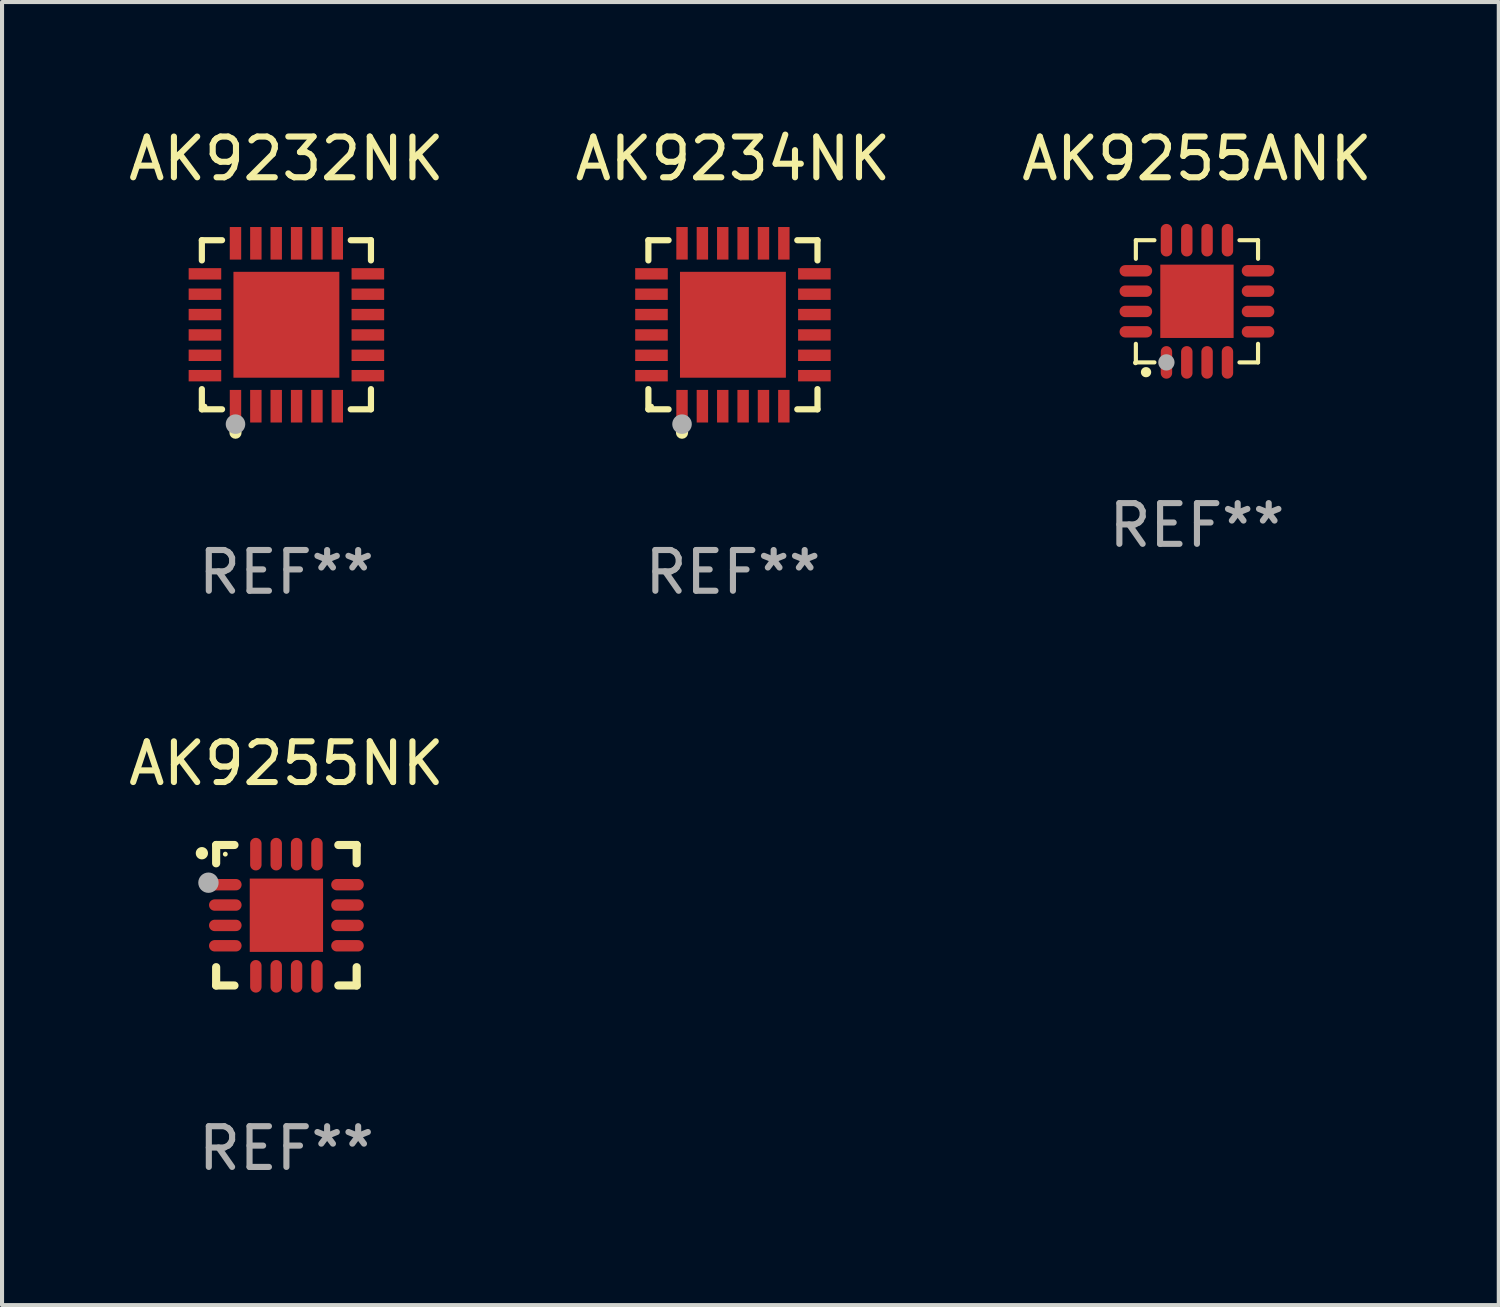
<source format=kicad_pcb>
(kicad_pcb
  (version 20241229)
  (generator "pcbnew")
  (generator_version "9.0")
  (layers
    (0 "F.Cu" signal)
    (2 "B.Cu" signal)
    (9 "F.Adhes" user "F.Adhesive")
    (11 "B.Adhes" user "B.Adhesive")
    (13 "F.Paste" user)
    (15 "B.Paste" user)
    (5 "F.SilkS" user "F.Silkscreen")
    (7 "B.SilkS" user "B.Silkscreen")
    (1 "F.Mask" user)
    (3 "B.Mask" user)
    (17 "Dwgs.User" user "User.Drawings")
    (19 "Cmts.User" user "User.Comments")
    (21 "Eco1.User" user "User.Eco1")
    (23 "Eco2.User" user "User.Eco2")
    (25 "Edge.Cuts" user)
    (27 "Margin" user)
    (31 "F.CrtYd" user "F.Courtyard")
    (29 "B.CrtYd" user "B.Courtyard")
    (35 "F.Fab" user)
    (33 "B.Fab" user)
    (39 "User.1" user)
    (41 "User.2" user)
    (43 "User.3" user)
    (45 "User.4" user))
  (footprint "AK9255NK"
    (layer "F.Cu")
    (at 3.982 19.422)
    (property "Reference" "AK9255NK" (at 0 -3.725 0) (layer "F.SilkS") (effects (font (size 1 1) (thickness 0.15))))
    (attr through_hole)
    (fp_line (start -1.725 -1.725) (end -1.275 -1.725) (stroke (width 0.2) (type solid)) (layer "F.SilkS"))
    (fp_line (start -1.725 -1.275) (end -1.725 -1.725) (stroke (width 0.2) (type solid)) (layer "F.SilkS"))
    (fp_line (start -1.725 1.725) (end -1.725 1.275) (stroke (width 0.2) (type solid)) (layer "F.SilkS"))
    (fp_line (start -1.275 1.725) (end -1.725 1.725) (stroke (width 0.2) (type solid)) (layer "F.SilkS"))
    (fp_line (start 1.275 -1.725) (end 1.725 -1.725) (stroke (width 0.2) (type solid)) (layer "F.SilkS"))
    (fp_line (start 1.275 1.725) (end 1.725 1.725) (stroke (width 0.2) (type solid)) (layer "F.SilkS"))
    (fp_line (start 1.725 -1.725) (end 1.725 -1.275) (stroke (width 0.2) (type solid)) (layer "F.SilkS"))
    (fp_line (start 1.725 1.725) (end 1.725 1.275) (stroke (width 0.2) (type solid)) (layer "F.SilkS"))
    (fp_arc (start -2.075184 -1.521463) (mid -2.075189 -1.522733) (end -2.075184 -1.524003) (stroke (width 0.3) (type solid)) (layer "F.SilkS"))
    (fp_circle (center -1.5 -1.5) (end -1.47 -1.5) (stroke (width 0.06) (type solid)) (fill no) (layer "F.SilkS"))
    (fp_circle (center -1.914 -0.799) (end -1.789 -0.799) (stroke (width 0.25) (type solid)) (fill no) (layer "F.Fab"))
    (fp_text user "REF**" (at 0 5.725 0) (layer "F.Fab") (effects (font (size 1 1) (thickness 0.15))))
    (pad "1" smd oval (at -1.5 -0.75) (size 0.8 0.28) (layers "F.Cu" "F.Mask" "F.Paste"))
    (pad "2" smd oval (at -1.5 -0.25) (size 0.8 0.28) (layers "F.Cu" "F.Mask" "F.Paste"))
    (pad "3" smd oval (at -1.5 0.25) (size 0.8 0.28) (layers "F.Cu" "F.Mask" "F.Paste"))
    (pad "4" smd oval (at -1.5 0.75) (size 0.8 0.28) (layers "F.Cu" "F.Mask" "F.Paste"))
    (pad "5" smd oval (at -0.75 1.5) (size 0.28 0.8) (layers "F.Cu" "F.Mask" "F.Paste"))
    (pad "6" smd oval (at -0.25 1.5) (size 0.28 0.8) (layers "F.Cu" "F.Mask" "F.Paste"))
    (pad "7" smd oval (at 0.25 1.5) (size 0.28 0.8) (layers "F.Cu" "F.Mask" "F.Paste"))
    (pad "8" smd oval (at 0.75 1.5) (size 0.28 0.8) (layers "F.Cu" "F.Mask" "F.Paste"))
    (pad "9" smd oval (at 1.5 0.75) (size 0.8 0.28) (layers "F.Cu" "F.Mask" "F.Paste"))
    (pad "10" smd oval (at 1.5 0.25) (size 0.8 0.28) (layers "F.Cu" "F.Mask" "F.Paste"))
    (pad "11" smd oval (at 1.5 -0.25) (size 0.8 0.28) (layers "F.Cu" "F.Mask" "F.Paste"))
    (pad "12" smd oval (at 1.5 -0.75) (size 0.8 0.28) (layers "F.Cu" "F.Mask" "F.Paste"))
    (pad "13" smd oval (at 0.75 -1.5) (size 0.28 0.8) (layers "F.Cu" "F.Mask" "F.Paste"))
    (pad "14" smd oval (at 0.25 -1.5) (size 0.28 0.8) (layers "F.Cu" "F.Mask" "F.Paste"))
    (pad "15" smd oval (at -0.25 -1.5) (size 0.28 0.8) (layers "F.Cu" "F.Mask" "F.Paste"))
    (pad "16" smd oval (at -0.75 -1.5) (size 0.28 0.8) (layers "F.Cu" "F.Mask" "F.Paste"))
    (pad "17" smd rect (at 0.000076 0.000076) (size 1.8 1.8) (layers "F.Cu" "F.Mask" "F.Paste")))
  (footprint "AK9234NK"
    (layer "F.Cu")
    (at 14.946 4.924)
    (property "Reference" "AK9234NK" (at 0 -4.076 0) (layer "F.SilkS") (effects (font (size 1 1) (thickness 0.15))))
    (attr through_hole)
    (fp_line (start -2.076 -2.076) (end -1.58 -2.076) (stroke (width 0.152) (type solid)) (layer "F.SilkS"))
    (fp_line (start -2.076 -1.58) (end -2.076 -2.076) (stroke (width 0.152) (type solid)) (layer "F.SilkS"))
    (fp_line (start -2.076 1.58) (end -2.076 2.076) (stroke (width 0.152) (type solid)) (layer "F.SilkS"))
    (fp_line (start -2.076 2.076) (end -1.58 2.076) (stroke (width 0.152) (type solid)) (layer "F.SilkS"))
    (fp_line (start 2.076 -2.076) (end 1.58 -2.076) (stroke (width 0.152) (type solid)) (layer "F.SilkS"))
    (fp_line (start 2.076 -1.58) (end 2.076 -2.076) (stroke (width 0.152) (type solid)) (layer "F.SilkS"))
    (fp_line (start 2.076 1.58) (end 2.076 2.076) (stroke (width 0.152) (type solid)) (layer "F.SilkS"))
    (fp_line (start 2.076 2.076) (end 1.58 2.076) (stroke (width 0.152) (type solid)) (layer "F.SilkS"))
    (fp_circle (center -2 2) (end -1.97 2) (stroke (width 0.06) (type solid)) (fill no) (layer "F.SilkS"))
    (fp_circle (center -1.25 2.65) (end -1.175 2.65) (stroke (width 0.15) (type solid)) (fill no) (layer "F.SilkS"))
    (fp_circle (center -1.25 2.44) (end -1.13 2.44) (stroke (width 0.24) (type solid)) (fill no) (layer "F.Fab"))
    (fp_text user "REF**" (at 0 6.076 0) (layer "F.Fab") (effects (font (size 1 1) (thickness 0.15))))
    (pad "1" smd rect (at -1.25 2) (size 0.28 0.8) (layers "F.Cu" "F.Mask" "F.Paste"))
    (pad "2" smd rect (at -0.75 2) (size 0.28 0.8) (layers "F.Cu" "F.Mask" "F.Paste"))
    (pad "3" smd rect (at -0.25 2) (size 0.28 0.8) (layers "F.Cu" "F.Mask" "F.Paste"))
    (pad "4" smd rect (at 0.25 2) (size 0.28 0.8) (layers "F.Cu" "F.Mask" "F.Paste"))
    (pad "5" smd rect (at 0.75 2) (size 0.28 0.8) (layers "F.Cu" "F.Mask" "F.Paste"))
    (pad "6" smd rect (at 1.25 2) (size 0.28 0.8) (layers "F.Cu" "F.Mask" "F.Paste"))
    (pad "7" smd rect (at 2 1.25) (size 0.8 0.28) (layers "F.Cu" "F.Mask" "F.Paste"))
    (pad "8" smd rect (at 2 0.75) (size 0.8 0.28) (layers "F.Cu" "F.Mask" "F.Paste"))
    (pad "9" smd rect (at 2 0.25) (size 0.8 0.28) (layers "F.Cu" "F.Mask" "F.Paste"))
    (pad "10" smd rect (at 2 -0.25) (size 0.8 0.28) (layers "F.Cu" "F.Mask" "F.Paste"))
    (pad "11" smd rect (at 2 -0.75) (size 0.8 0.28) (layers "F.Cu" "F.Mask" "F.Paste"))
    (pad "12" smd rect (at 2 -1.25) (size 0.8 0.28) (layers "F.Cu" "F.Mask" "F.Paste"))
    (pad "13" smd rect (at 1.25 -2) (size 0.28 0.8) (layers "F.Cu" "F.Mask" "F.Paste"))
    (pad "14" smd rect (at 0.75 -2) (size 0.28 0.8) (layers "F.Cu" "F.Mask" "F.Paste"))
    (pad "15" smd rect (at 0.25 -2) (size 0.28 0.8) (layers "F.Cu" "F.Mask" "F.Paste"))
    (pad "16" smd rect (at -0.25 -2) (size 0.28 0.8) (layers "F.Cu" "F.Mask" "F.Paste"))
    (pad "17" smd rect (at -0.75 -2) (size 0.28 0.8) (layers "F.Cu" "F.Mask" "F.Paste"))
    (pad "18" smd rect (at -1.25 -2) (size 0.28 0.8) (layers "F.Cu" "F.Mask" "F.Paste"))
    (pad "19" smd rect (at -2 -1.25) (size 0.8 0.28) (layers "F.Cu" "F.Mask" "F.Paste"))
    (pad "20" smd rect (at -2 -0.75) (size 0.8 0.28) (layers "F.Cu" "F.Mask" "F.Paste"))
    (pad "21" smd rect (at -2 -0.25) (size 0.8 0.28) (layers "F.Cu" "F.Mask" "F.Paste"))
    (pad "22" smd rect (at -2 0.25) (size 0.8 0.28) (layers "F.Cu" "F.Mask" "F.Paste"))
    (pad "23" smd rect (at -2 0.75) (size 0.8 0.28) (layers "F.Cu" "F.Mask" "F.Paste"))
    (pad "24" smd rect (at -2 1.25) (size 0.8 0.28) (layers "F.Cu" "F.Mask" "F.Paste"))
    (pad "25" smd rect (at 0 0) (size 2.6 2.6) (layers "F.Cu" "F.Mask" "F.Paste")))
  (footprint "AK9255ANK"
    (layer "F.Cu")
    (at 26.339 4.348)
    (property "Reference" "AK9255ANK" (at 0 -3.5 0) (layer "F.SilkS") (effects (font (size 1 1) (thickness 0.15))))
    (attr through_hole)
    (fp_line (start -1.5 -1.5) (end -1.5 -1.044) (stroke (width 0.102) (type solid)) (layer "F.SilkS"))
    (fp_line (start -1.5 -1.5) (end -1.044 -1.5) (stroke (width 0.102) (type solid)) (layer "F.SilkS"))
    (fp_line (start -1.5 1.044) (end -1.5 1.5) (stroke (width 0.102) (type solid)) (layer "F.SilkS"))
    (fp_line (start -1.5 1.5) (end -1.044 1.5) (stroke (width 0.102) (type solid)) (layer "F.SilkS"))
    (fp_line (start 1.044 -1.5) (end 1.5 -1.5) (stroke (width 0.102) (type solid)) (layer "F.SilkS"))
    (fp_line (start 1.044 1.5) (end 1.5 1.5) (stroke (width 0.102) (type solid)) (layer "F.SilkS"))
    (fp_line (start 1.5 -1.044) (end 1.5 -1.5) (stroke (width 0.102) (type solid)) (layer "F.SilkS"))
    (fp_line (start 1.5 1.5) (end 1.5 1.044) (stroke (width 0.102) (type solid)) (layer "F.SilkS"))
    (fp_arc (start -1.251283 1.740005) (mid -1.250013 1.739934) (end -1.248743 1.740005) (stroke (width 0.25) (type solid)) (layer "F.SilkS"))
    (fp_circle (center -1.509 1.51) (end -1.479 1.51) (stroke (width 0.06) (type solid)) (fill no) (layer "F.SilkS"))
    (fp_circle (center -0.75 1.5) (end -0.65 1.5) (stroke (width 0.2) (type solid)) (fill no) (layer "F.Fab"))
    (fp_text user "REF**" (at 0 5.5 0) (layer "F.Fab") (effects (font (size 1 1) (thickness 0.15))))
    (pad "1" smd oval (at -0.749 1.5) (size 0.28 0.8) (layers "F.Cu" "F.Mask" "F.Paste"))
    (pad "2" smd oval (at -0.249 1.5) (size 0.28 0.8) (layers "F.Cu" "F.Mask" "F.Paste"))
    (pad "3" smd oval (at 0.249 1.5) (size 0.28 0.8) (layers "F.Cu" "F.Mask" "F.Paste"))
    (pad "4" smd oval (at 0.749 1.5) (size 0.28 0.8) (layers "F.Cu" "F.Mask" "F.Paste"))
    (pad "5" smd oval (at 1.5 0.749) (size 0.8 0.28) (layers "F.Cu" "F.Mask" "F.Paste"))
    (pad "6" smd oval (at 1.5 0.249) (size 0.8 0.28) (layers "F.Cu" "F.Mask" "F.Paste"))
    (pad "7" smd oval (at 1.5 -0.249) (size 0.8 0.28) (layers "F.Cu" "F.Mask" "F.Paste"))
    (pad "8" smd oval (at 1.5 -0.749) (size 0.8 0.28) (layers "F.Cu" "F.Mask" "F.Paste"))
    (pad "9" smd oval (at 0.749 -1.5) (size 0.28 0.8) (layers "F.Cu" "F.Mask" "F.Paste"))
    (pad "10" smd oval (at 0.249 -1.5) (size 0.28 0.8) (layers "F.Cu" "F.Mask" "F.Paste"))
    (pad "11" smd oval (at -0.249 -1.5) (size 0.28 0.8) (layers "F.Cu" "F.Mask" "F.Paste"))
    (pad "12" smd oval (at -0.749 -1.5) (size 0.28 0.8) (layers "F.Cu" "F.Mask" "F.Paste"))
    (pad "13" smd oval (at -1.5 -0.749) (size 0.8 0.28) (layers "F.Cu" "F.Mask" "F.Paste"))
    (pad "14" smd oval (at -1.5 -0.249) (size 0.8 0.28) (layers "F.Cu" "F.Mask" "F.Paste"))
    (pad "15" smd oval (at -1.5 0.249) (size 0.8 0.28) (layers "F.Cu" "F.Mask" "F.Paste"))
    (pad "16" smd oval (at -1.5 0.749) (size 0.8 0.28) (layers "F.Cu" "F.Mask" "F.Paste"))
    (pad "17" smd rect (at 0.000152 -0.000076 90) (size 1.8 1.8) (layers "F.Cu" "F.Mask" "F.Paste")))
  (footprint "AK9232NK"
    (layer "F.Cu")
    (at 3.982 4.924)
    (property "Reference" "AK9232NK" (at 0 -4.076 0) (layer "F.SilkS") (effects (font (size 1 1) (thickness 0.15))))
    (attr through_hole)
    (fp_line (start -2.076 -2.076) (end -1.58 -2.076) (stroke (width 0.152) (type solid)) (layer "F.SilkS"))
    (fp_line (start -2.076 -1.58) (end -2.076 -2.076) (stroke (width 0.152) (type solid)) (layer "F.SilkS"))
    (fp_line (start -2.076 1.58) (end -2.076 2.076) (stroke (width 0.152) (type solid)) (layer "F.SilkS"))
    (fp_line (start -2.076 2.076) (end -1.58 2.076) (stroke (width 0.152) (type solid)) (layer "F.SilkS"))
    (fp_line (start 2.076 -2.076) (end 1.58 -2.076) (stroke (width 0.152) (type solid)) (layer "F.SilkS"))
    (fp_line (start 2.076 -1.58) (end 2.076 -2.076) (stroke (width 0.152) (type solid)) (layer "F.SilkS"))
    (fp_line (start 2.076 1.58) (end 2.076 2.076) (stroke (width 0.152) (type solid)) (layer "F.SilkS"))
    (fp_line (start 2.076 2.076) (end 1.58 2.076) (stroke (width 0.152) (type solid)) (layer "F.SilkS"))
    (fp_circle (center -2 2) (end -1.97 2) (stroke (width 0.06) (type solid)) (fill no) (layer "F.SilkS"))
    (fp_circle (center -1.25 2.65) (end -1.175 2.65) (stroke (width 0.15) (type solid)) (fill no) (layer "F.SilkS"))
    (fp_circle (center -1.25 2.44) (end -1.13 2.44) (stroke (width 0.24) (type solid)) (fill no) (layer "F.Fab"))
    (fp_text user "REF**" (at 0 6.076 0) (layer "F.Fab") (effects (font (size 1 1) (thickness 0.15))))
    (pad "1" smd rect (at -1.25 2) (size 0.28 0.8) (layers "F.Cu" "F.Mask" "F.Paste"))
    (pad "2" smd rect (at -0.75 2) (size 0.28 0.8) (layers "F.Cu" "F.Mask" "F.Paste"))
    (pad "3" smd rect (at -0.25 2) (size 0.28 0.8) (layers "F.Cu" "F.Mask" "F.Paste"))
    (pad "4" smd rect (at 0.25 2) (size 0.28 0.8) (layers "F.Cu" "F.Mask" "F.Paste"))
    (pad "5" smd rect (at 0.75 2) (size 0.28 0.8) (layers "F.Cu" "F.Mask" "F.Paste"))
    (pad "6" smd rect (at 1.25 2) (size 0.28 0.8) (layers "F.Cu" "F.Mask" "F.Paste"))
    (pad "7" smd rect (at 2 1.25) (size 0.8 0.28) (layers "F.Cu" "F.Mask" "F.Paste"))
    (pad "8" smd rect (at 2 0.75) (size 0.8 0.28) (layers "F.Cu" "F.Mask" "F.Paste"))
    (pad "9" smd rect (at 2 0.25) (size 0.8 0.28) (layers "F.Cu" "F.Mask" "F.Paste"))
    (pad "10" smd rect (at 2 -0.25) (size 0.8 0.28) (layers "F.Cu" "F.Mask" "F.Paste"))
    (pad "11" smd rect (at 2 -0.75) (size 0.8 0.28) (layers "F.Cu" "F.Mask" "F.Paste"))
    (pad "12" smd rect (at 2 -1.25) (size 0.8 0.28) (layers "F.Cu" "F.Mask" "F.Paste"))
    (pad "13" smd rect (at 1.25 -2) (size 0.28 0.8) (layers "F.Cu" "F.Mask" "F.Paste"))
    (pad "14" smd rect (at 0.75 -2) (size 0.28 0.8) (layers "F.Cu" "F.Mask" "F.Paste"))
    (pad "15" smd rect (at 0.25 -2) (size 0.28 0.8) (layers "F.Cu" "F.Mask" "F.Paste"))
    (pad "16" smd rect (at -0.25 -2) (size 0.28 0.8) (layers "F.Cu" "F.Mask" "F.Paste"))
    (pad "17" smd rect (at -0.75 -2) (size 0.28 0.8) (layers "F.Cu" "F.Mask" "F.Paste"))
    (pad "18" smd rect (at -1.25 -2) (size 0.28 0.8) (layers "F.Cu" "F.Mask" "F.Paste"))
    (pad "19" smd rect (at -2 -1.25) (size 0.8 0.28) (layers "F.Cu" "F.Mask" "F.Paste"))
    (pad "20" smd rect (at -2 -0.75) (size 0.8 0.28) (layers "F.Cu" "F.Mask" "F.Paste"))
    (pad "21" smd rect (at -2 -0.25) (size 0.8 0.28) (layers "F.Cu" "F.Mask" "F.Paste"))
    (pad "22" smd rect (at -2 0.25) (size 0.8 0.28) (layers "F.Cu" "F.Mask" "F.Paste"))
    (pad "23" smd rect (at -2 0.75) (size 0.8 0.28) (layers "F.Cu" "F.Mask" "F.Paste"))
    (pad "24" smd rect (at -2 1.25) (size 0.8 0.28) (layers "F.Cu" "F.Mask" "F.Paste"))
    (pad "25" smd rect (at 0 0) (size 2.6 2.6) (layers "F.Cu" "F.Mask" "F.Paste")))
  (gr_rect
    (start -3 -3)
    (end 33.75 28.995)
    (stroke (width 0.1) (type default))
    (fill no)
    (layer "Edge.Cuts")))
</source>
